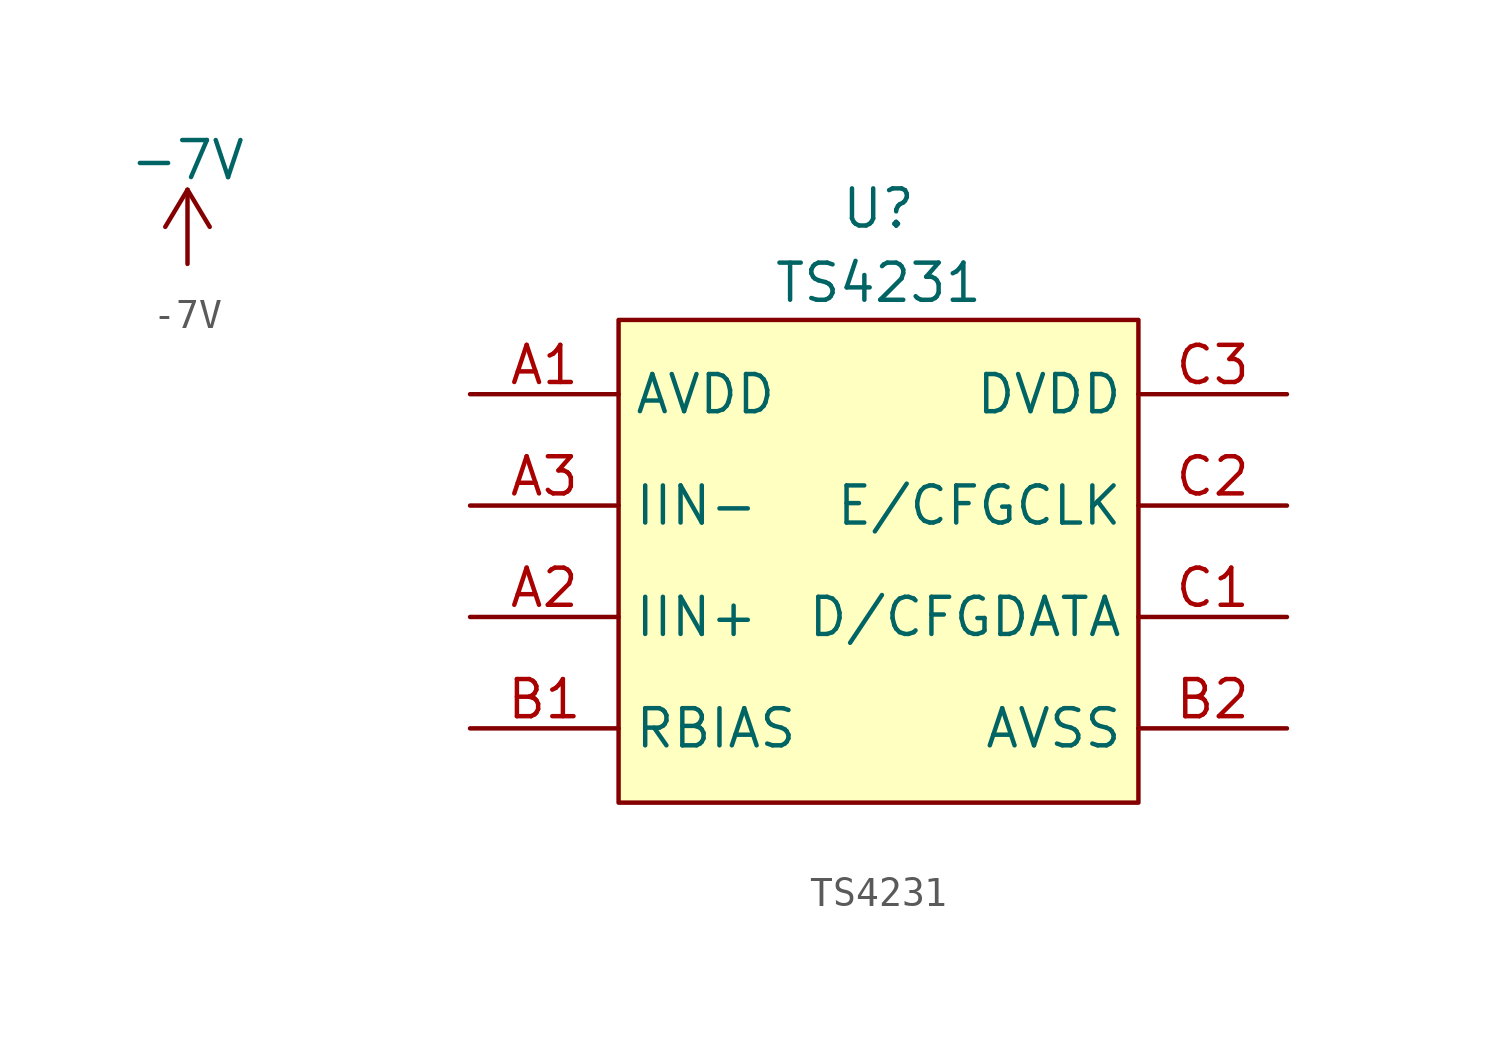
<source format=kicad_sym>
(kicad_symbol_lib
  (version 20211014)
  (generator kicad_symbol_editor)
  (symbol "-7V"
    (power)
    (pin_names
      (offset 0))
    (property "Reference" "#PWR"
      (at 0 -3.81 0)
      (effects (font (size 1.27 1.27)) hide))
    (property "Value" "-7V"
      (at 0 3.556 0)
      (effects (font (size 1.27 1.27))))
    (symbol "-7V_0_1"
      (polyline (pts (xy -0.762 1.27) (xy 0 2.54)) (stroke (width 0) (type default) (color 0 0 0 0)) (fill (type none)))
      (polyline (pts (xy 0 0) (xy 0 2.54)) (stroke (width 0) (type default) (color 0 0 0 0)) (fill (type none)))
      (polyline (pts (xy 0 2.54) (xy 0.762 1.27)) (stroke (width 0) (type default) (color 0 0 0 0)) (fill (type none))))
    (symbol "-7V_1_1"
      (pin power_in line (at 0 0 90) (length 0) hide (name "-7V" (effects (font (size 1.27 1.27)))) (number "1" (effects (font (size 1.27 1.27)))))))
  (symbol "TS4231"
    (property "Reference" "U"
      (at 0 12.7 0)
      (effects (font (size 1.27 1.27))))
    (property "Value" "TS4231"
      (at 0 10.16 0)
      (effects (font (size 1.27 1.27))))
    (symbol "TS4231_0_1"
      (rectangle (start -8.89 8.89) (end 8.89 -7.62) (stroke (width 0.152) (type default) (color 0 0 0 0)) (fill (type background))))
    (symbol "TS4231_1_1"
      (pin passive line (at -13.97 6.35 0) (length 5.08) (name "AVDD" (effects (font (size 1.27 1.27)))) (number "A1" (effects (font (size 1.27 1.27)))))
      (pin input line (at -13.97 -1.27 0) (length 5.08) (name "IIN+" (effects (font (size 1.27 1.27)))) (number "A2" (effects (font (size 1.27 1.27)))))
      (pin input line (at -13.97 2.54 0) (length 5.08) (name "IIN-" (effects (font (size 1.27 1.27)))) (number "A3" (effects (font (size 1.27 1.27)))))
      (pin passive line (at -13.97 -5.08 0) (length 5.08) (name "RBIAS" (effects (font (size 1.27 1.27)))) (number "B1" (effects (font (size 1.27 1.27)))))
      (pin power_in line (at 13.97 -5.08 180) (length 5.08) (name "AVSS" (effects (font (size 1.27 1.27)))) (number "B2" (effects (font (size 1.27 1.27)))))
      (pin passive line (at 13.97 -5.08 180) (length 5.08) hide (name "AVSS" (effects (font (size 1.27 1.27)))) (number "B3" (effects (font (size 1.27 1.27)))))
      (pin input line (at 13.97 -1.27 180) (length 5.08) (name "D/CFGDATA" (effects (font (size 1.27 1.27)))) (number "C1" (effects (font (size 1.27 1.27)))))
      (pin input line (at 13.97 2.54 180) (length 5.08) (name "E/CFGCLK" (effects (font (size 1.27 1.27)))) (number "C2" (effects (font (size 1.27 1.27)))))
      (pin power_in line (at 13.97 6.35 180) (length 5.08) (name "DVDD" (effects (font (size 1.27 1.27)))) (number "C3" (effects (font (size 1.27 1.27))))))))
</source>
